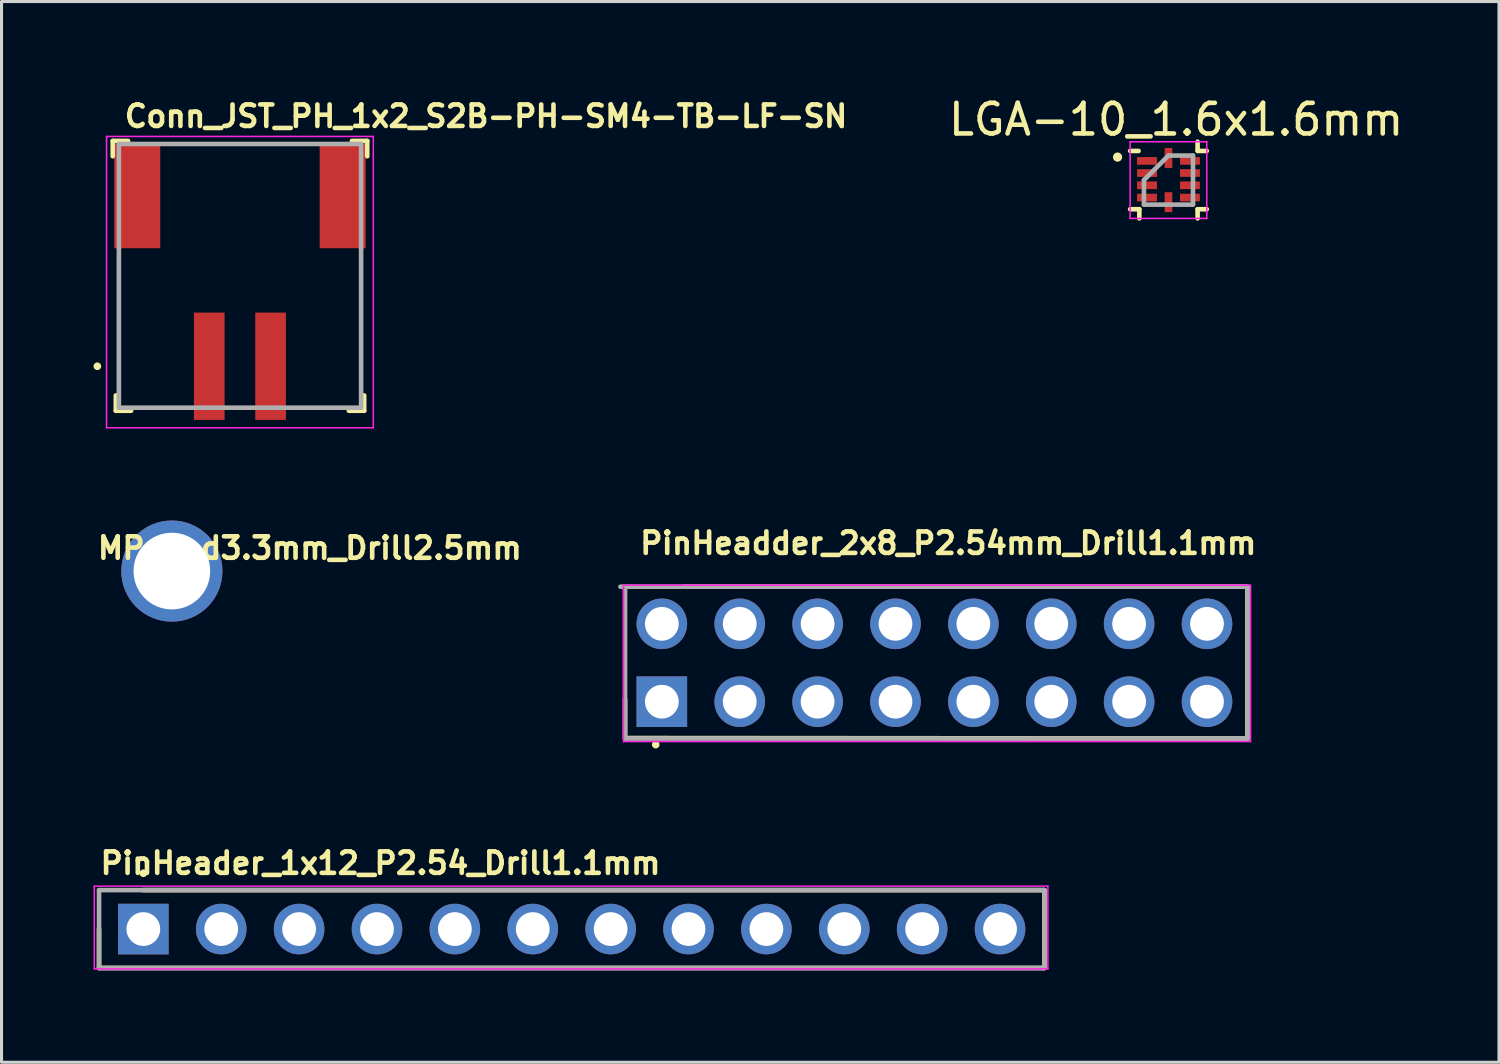
<source format=kicad_pcb>
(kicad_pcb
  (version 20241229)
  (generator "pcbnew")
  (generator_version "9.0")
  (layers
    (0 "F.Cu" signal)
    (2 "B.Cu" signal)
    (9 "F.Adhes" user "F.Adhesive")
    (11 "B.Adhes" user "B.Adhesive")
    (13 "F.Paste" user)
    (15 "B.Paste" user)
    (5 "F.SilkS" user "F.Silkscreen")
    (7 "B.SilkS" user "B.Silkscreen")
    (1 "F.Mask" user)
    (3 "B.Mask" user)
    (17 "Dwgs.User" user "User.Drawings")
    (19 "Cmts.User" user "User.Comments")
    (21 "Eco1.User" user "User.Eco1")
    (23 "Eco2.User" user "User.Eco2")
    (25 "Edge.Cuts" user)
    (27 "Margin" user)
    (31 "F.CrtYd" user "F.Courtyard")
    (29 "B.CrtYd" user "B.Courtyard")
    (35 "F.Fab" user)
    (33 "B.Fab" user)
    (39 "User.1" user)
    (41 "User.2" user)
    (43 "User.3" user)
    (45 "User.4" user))
  (footprint "PinHeadder_2x8_P2.54mm_Drill1.1mm"
    (layer "F.Cu")
    (at 18.535 19.835)
    (property "Reference" "PinHeadder_2x8_P2.54mm_Drill1.1mm" (at -0.79 -4.76 0) (unlocked yes) (layer "F.SilkS") (effects (font (size 0.7 0.7) (thickness 0.15)) (justify left bottom)))
    (attr through_hole)
    (fp_line (start -1.2 -0.085) (end -1.2 1.185) (stroke (width 0.15) (type solid)) (layer "F.SilkS"))
    (fp_line (start -1.2 1.185) (end 19.1 1.2) (stroke (width 0.15) (type solid)) (layer "F.SilkS"))
    (fp_line (start 19.1 -3.75) (end 0.7 -3.75) (stroke (width 0.15) (type solid)) (layer "F.SilkS"))
    (fp_line (start 19.1 1.2) (end 19.1 -3.7) (stroke (width 0.15) (type solid)) (layer "F.SilkS"))
    (fp_circle (center -0.2 1.4) (end -0.15 1.4) (stroke (width 0.15) (type solid)) (fill yes) (layer "F.SilkS"))
    (fp_line (start -1.25 -3.8) (end 19.2 -3.8) (stroke (width 0.05) (type solid)) (layer "F.CrtYd"))
    (fp_line (start -1.25 1.3) (end -1.25 -3.8) (stroke (width 0.05) (type solid)) (layer "F.CrtYd"))
    (fp_line (start 19.2 -3.8) (end 19.2 1.3) (stroke (width 0.05) (type solid)) (layer "F.CrtYd"))
    (fp_line (start 19.2 1.3) (end -1.25 1.3) (stroke (width 0.05) (type solid)) (layer "F.CrtYd"))
    (fp_line (start -1.35 -3.75) (end 19.1 -3.75) (stroke (width 0.15) (type solid)) (layer "F.Fab"))
    (fp_line (start -1.2 1.225) (end -1.2 -3.725) (stroke (width 0.15) (type solid)) (layer "F.Fab"))
    (fp_line (start 19.1 -3.7) (end 19.1 1.2) (stroke (width 0.15) (type solid)) (layer "F.Fab"))
    (fp_line (start 19.1 1.2) (end -1.15 1.2) (stroke (width 0.15) (type solid)) (layer "F.Fab"))
    (pad "1" thru_hole rect (at 0 0) (size 1.65 1.65) (drill 1.1) (layers "*.Cu" "*.Mask"))
    (pad "2" thru_hole circle (at 0 -2.54) (size 1.65 1.65) (drill 1.1) (layers "*.Cu" "*.Mask"))
    (pad "3" thru_hole circle (at 2.54 0) (size 1.65 1.65) (drill 1.1) (layers "*.Cu" "*.Mask"))
    (pad "4" thru_hole circle (at 2.54 -2.54) (size 1.65 1.65) (drill 1.1) (layers "*.Cu" "*.Mask"))
    (pad "5" thru_hole circle (at 5.08 0) (size 1.65 1.65) (drill 1.1) (layers "*.Cu" "*.Mask"))
    (pad "6" thru_hole circle (at 5.08 -2.54) (size 1.65 1.65) (drill 1.1) (layers "*.Cu" "*.Mask"))
    (pad "7" thru_hole circle (at 7.62 0) (size 1.65 1.65) (drill 1.1) (layers "*.Cu" "*.Mask"))
    (pad "8" thru_hole circle (at 7.62 -2.54) (size 1.65 1.65) (drill 1.1) (layers "*.Cu" "*.Mask"))
    (pad "9" thru_hole circle (at 10.16 0) (size 1.65 1.65) (drill 1.1) (layers "*.Cu" "*.Mask"))
    (pad "10" thru_hole circle (at 10.16 -2.54) (size 1.65 1.65) (drill 1.1) (layers "*.Cu" "*.Mask"))
    (pad "11" thru_hole circle (at 12.7 0) (size 1.65 1.65) (drill 1.1) (layers "*.Cu" "*.Mask"))
    (pad "12" thru_hole circle (at 12.7 -2.54) (size 1.65 1.65) (drill 1.1) (layers "*.Cu" "*.Mask"))
    (pad "13" thru_hole circle (at 15.24 0) (size 1.65 1.65) (drill 1.1) (layers "*.Cu" "*.Mask"))
    (pad "14" thru_hole circle (at 15.24 -2.54) (size 1.65 1.65) (drill 1.1) (layers "*.Cu" "*.Mask"))
    (pad "15" thru_hole circle (at 17.78 0) (size 1.65 1.65) (drill 1.1) (layers "*.Cu" "*.Mask"))
    (pad "16" thru_hole circle (at 17.78 -2.54) (size 1.65 1.65) (drill 1.1) (layers "*.Cu" "*.Mask")))
  (footprint "PinHeader_1x12_P2.54_Drill1.1mm"
    (layer "F.Cu")
    (at 1.625 27.25)
    (property "Reference" "PinHeader_1x12_P2.54_Drill1.1mm" (at -1.48 -1.74 0) (unlocked yes) (layer "F.SilkS") (effects (font (size 0.7 0.7) (thickness 0.15)) (justify left bottom)))
    (attr through_hole)
    (fp_line (start -1.445 0) (end -1.445 1.27) (stroke (width 0.15) (type solid)) (layer "F.SilkS"))
    (fp_line (start -1.445 1.27) (end 29.385 1.27) (stroke (width 0.15) (type solid)) (layer "F.SilkS"))
    (fp_line (start 29.385 -1.27) (end 0 -1.27) (stroke (width 0.15) (type solid)) (layer "F.SilkS"))
    (fp_line (start 29.385 1.27) (end 29.385 -1.27) (stroke (width 0.15) (type solid)) (layer "F.SilkS"))
    (fp_circle (center 0 -1.82) (end 0.05 -1.82) (stroke (width 0.15) (type solid)) (fill yes) (layer "F.SilkS"))
    (fp_line (start -1.6 -1.4) (end 29.5 -1.4) (stroke (width 0.05) (type solid)) (layer "F.CrtYd"))
    (fp_line (start -1.6 1.3) (end -1.6 -1.4) (stroke (width 0.05) (type solid)) (layer "F.CrtYd"))
    (fp_line (start 29.5 -1.4) (end 29.5 1.3) (stroke (width 0.05) (type solid)) (layer "F.CrtYd"))
    (fp_line (start 29.5 1.3) (end -1.6 1.3) (stroke (width 0.05) (type solid)) (layer "F.CrtYd"))
    (fp_line (start -1.445 -1.27) (end 29.385 -1.27) (stroke (width 0.15) (type solid)) (layer "F.Fab"))
    (fp_line (start -1.445 1.27) (end -1.445 -1.27) (stroke (width 0.15) (type solid)) (layer "F.Fab"))
    (fp_line (start 29.385 -1.27) (end 29.385 1.27) (stroke (width 0.15) (type solid)) (layer "F.Fab"))
    (fp_line (start 29.385 1.27) (end -1.445 1.27) (stroke (width 0.15) (type solid)) (layer "F.Fab"))
    (pad "1" thru_hole rect (at 0 0) (size 1.65 1.65) (drill 1.1) (layers "*.Cu" "*.Mask"))
    (pad "2" thru_hole circle (at 2.54 0) (size 1.65 1.65) (drill 1.1) (layers "*.Cu" "*.Mask"))
    (pad "3" thru_hole circle (at 5.08 0) (size 1.65 1.65) (drill 1.1) (layers "*.Cu" "*.Mask"))
    (pad "4" thru_hole circle (at 7.62 0) (size 1.65 1.65) (drill 1.1) (layers "*.Cu" "*.Mask"))
    (pad "5" thru_hole circle (at 10.16 0) (size 1.65 1.65) (drill 1.1) (layers "*.Cu" "*.Mask"))
    (pad "6" thru_hole circle (at 12.7 0) (size 1.65 1.65) (drill 1.1) (layers "*.Cu" "*.Mask"))
    (pad "7" thru_hole circle (at 15.24 0) (size 1.65 1.65) (drill 1.1) (layers "*.Cu" "*.Mask"))
    (pad "8" thru_hole circle (at 17.78 0) (size 1.65 1.65) (drill 1.1) (layers "*.Cu" "*.Mask"))
    (pad "9" thru_hole circle (at 20.32 0) (size 1.65 1.65) (drill 1.1) (layers "*.Cu" "*.Mask"))
    (pad "10" thru_hole circle (at 22.86 0) (size 1.65 1.65) (drill 1.1) (layers "*.Cu" "*.Mask"))
    (pad "11" thru_hole circle (at 25.4 0) (size 1.65 1.65) (drill 1.1) (layers "*.Cu" "*.Mask"))
    (pad "12" thru_hole circle (at 27.94 0) (size 1.65 1.65) (drill 1.1) (layers "*.Cu" "*.Mask")))
  (footprint "MP_Pad3.3mm_Drill2.5mm"
    (layer "F.Cu")
    (at 2.555 15.575)
    (property "Reference" "MP_Pad3.3mm_Drill2.5mm" (at 4.5 -0.75 0) (unlocked yes) (layer "F.SilkS") (effects (font (size 0.7 0.7) (thickness 0.15))))
    (attr through_hole)
    (pad "1" thru_hole circle (at 0 0) (size 3.3 3.3) (drill 2.5) (layers "*.Cu" "*.Mask")))
  (footprint "Conn_JST_PH_1x2_S2B-PH-SM4-TB-LF-SN"
    (layer "F.Cu")
    (at 0.935 1.65)
    (property "Reference" "Conn_JST_PH_1x2_S2B-PH-SM4-TB-LF-SN" (at 0 -0.5 0) (unlocked yes) (layer "F.SilkS") (effects (font (size 0.7 0.7) (thickness 0.15)) (justify left bottom)))
    (attr smd)
    (fp_line (start -0.308 -0.104) (end -0.308 0.396) (stroke (width 0.15) (type solid)) (layer "F.SilkS"))
    (fp_line (start -0.308 -0.104) (end 0.192 -0.104) (stroke (width 0.15) (type solid)) (layer "F.SilkS"))
    (fp_line (start -0.208 8.696) (end -0.208 8.196) (stroke (width 0.15) (type solid)) (layer "F.SilkS"))
    (fp_line (start -0.208 8.696) (end 0.292 8.696) (stroke (width 0.15) (type solid)) (layer "F.SilkS"))
    (fp_line (start 7.892 8.696) (end 7.392 8.696) (stroke (width 0.15) (type solid)) (layer "F.SilkS"))
    (fp_line (start 7.892 8.696) (end 7.892 8.196) (stroke (width 0.15) (type solid)) (layer "F.SilkS"))
    (fp_line (start 7.992 -0.104) (end 7.492 -0.104) (stroke (width 0.15) (type solid)) (layer "F.SilkS"))
    (fp_line (start 7.992 -0.104) (end 7.992 0.396) (stroke (width 0.15) (type solid)) (layer "F.SilkS"))
    (fp_circle (center -0.81 7.245) (end -0.76 7.245) (stroke (width 0.15) (type solid)) (fill yes) (layer "F.SilkS"))
    (fp_line (start -0.51 -0.25) (end -0.51 9.25) (stroke (width 0.05) (type solid)) (layer "F.CrtYd"))
    (fp_line (start 8.19 -0.25) (end -0.51 -0.25) (stroke (width 0.05) (type solid)) (layer "F.CrtYd"))
    (fp_line (start 8.19 -0.25) (end 8.19 9.25) (stroke (width 0.05) (type solid)) (layer "F.CrtYd"))
    (fp_line (start 8.19 9.25) (end -0.51 9.25) (stroke (width 0.05) (type solid)) (layer "F.CrtYd"))
    (fp_line (start -0.108 -0.004) (end -0.108 8.596) (stroke (width 0.15) (type solid)) (layer "F.Fab"))
    (fp_line (start -0.108 -0.004) (end 7.792 -0.004) (stroke (width 0.15) (type solid)) (layer "F.Fab"))
    (fp_line (start -0.108 8.596) (end 7.792 8.596) (stroke (width 0.15) (type solid)) (layer "F.Fab"))
    (fp_line (start 7.792 -0.004) (end 7.792 8.596) (stroke (width 0.15) (type solid)) (layer "F.Fab"))
    (pad "1" smd rect (at 2.84 7.245) (size 1 3.5) (layers "F.Cu" "F.Mask" "F.Paste"))
    (pad "2" smd rect (at 4.84 7.245) (size 1 3.5) (layers "F.Cu" "F.Mask" "F.Paste"))
    (pad "SH1" smd rect (at 0.49 1.695) (size 1.5 3.4) (layers "F.Cu" "F.Mask" "F.Paste"))
    (pad "SH2" smd rect (at 7.19 1.695) (size 1.5 3.4) (layers "F.Cu" "F.Mask" "F.Paste")))
  (footprint "LGA-10_1.6x1.6mm"
    (layer "F.Cu")
    (at 35.308 2.823)
    (property "Reference" "LGA-10_1.6x1.6mm" (at 0 -1.975 0) (layer "F.SilkS") (effects (font (size 1 1) (thickness 0.15))))
    (attr smd)
    (fp_line (start -1.5 -0.95) (end -1.225 -0.95) (stroke (width 0.15) (type solid)) (layer "F.SilkS"))
    (fp_line (start -1.5 0.95) (end -1.2 0.95) (stroke (width 0.15) (type solid)) (layer "F.SilkS"))
    (fp_line (start -1.2 0.95) (end -1.2 1.25) (stroke (width 0.15) (type solid)) (layer "F.SilkS"))
    (fp_line (start 0.7 -0.95) (end 0.7 -1.25) (stroke (width 0.15) (type solid)) (layer "F.SilkS"))
    (fp_line (start 0.7 0.95) (end 0.7 1.25) (stroke (width 0.15) (type solid)) (layer "F.SilkS"))
    (fp_line (start 1 -0.95) (end 0.7 -0.95) (stroke (width 0.15) (type solid)) (layer "F.SilkS"))
    (fp_line (start 1 0.95) (end 0.7 0.95) (stroke (width 0.15) (type solid)) (layer "F.SilkS"))
    (fp_circle (center -1.91 -0.75) (end -1.84 -0.72) (stroke (width 0.15) (type solid)) (fill no) (layer "F.SilkS"))
    (fp_line (start -1.5 -1.25) (end 1 -1.25) (stroke (width 0.05) (type solid)) (layer "F.CrtYd"))
    (fp_line (start -1.5 1.25) (end -1.5 -1.25) (stroke (width 0.05) (type solid)) (layer "F.CrtYd"))
    (fp_line (start 1 -1.25) (end 1 1.25) (stroke (width 0.05) (type solid)) (layer "F.CrtYd"))
    (fp_line (start 1 1.25) (end -1.5 1.25) (stroke (width 0.05) (type solid)) (layer "F.CrtYd"))
    (fp_line (start -1.05 0) (end -1.05 0.8) (stroke (width 0.15) (type solid)) (layer "F.Fab"))
    (fp_line (start -1.05 0.8) (end 0.55 0.8) (stroke (width 0.15) (type solid)) (layer "F.Fab"))
    (fp_line (start -0.25 -0.8) (end -1.05 0) (stroke (width 0.15) (type solid)) (layer "F.Fab"))
    (fp_line (start 0.55 -0.8) (end -0.25 -0.8) (stroke (width 0.15) (type solid)) (layer "F.Fab"))
    (fp_line (start 0.55 0.8) (end 0.55 -0.8) (stroke (width 0.15) (type solid)) (layer "F.Fab"))
    (pad "1" smd rect (at -0.95 -0.625 90) (size 0.25 0.65) (layers "F.Cu" "F.Mask" "F.Paste"))
    (pad "2" smd rect (at -0.95 -0.23 90) (size 0.25 0.65) (layers "F.Cu" "F.Mask" "F.Paste"))
    (pad "3" smd rect (at -0.95 0.17 90) (size 0.25 0.65) (layers "F.Cu" "F.Mask" "F.Paste"))
    (pad "4" smd rect (at -0.95 0.57 90) (size 0.25 0.65) (layers "F.Cu" "F.Mask" "F.Paste"))
    (pad "5" smd rect (at -0.25 0.72) (size 0.25 0.65) (layers "F.Cu" "F.Mask" "F.Paste"))
    (pad "6" smd rect (at 0.45 0.57 90) (size 0.25 0.65) (layers "F.Cu" "F.Mask" "F.Paste"))
    (pad "7" smd rect (at 0.45 0.17 90) (size 0.25 0.65) (layers "F.Cu" "F.Mask" "F.Paste"))
    (pad "8" smd rect (at 0.45 -0.23 90) (size 0.25 0.65) (layers "F.Cu" "F.Mask" "F.Paste"))
    (pad "9" smd rect (at 0.45 -0.625 90) (size 0.25 0.65) (layers "F.Cu" "F.Mask" "F.Paste"))
    (pad "10" smd rect (at -0.25 -0.72) (size 0.25 0.65) (layers "F.Cu" "F.Mask" "F.Paste")))
  (gr_rect
    (start -3 -3)
    (end 45.838 31.595)
    (stroke (width 0.1) (type default))
    (fill no)
    (layer "Edge.Cuts")))
</source>
